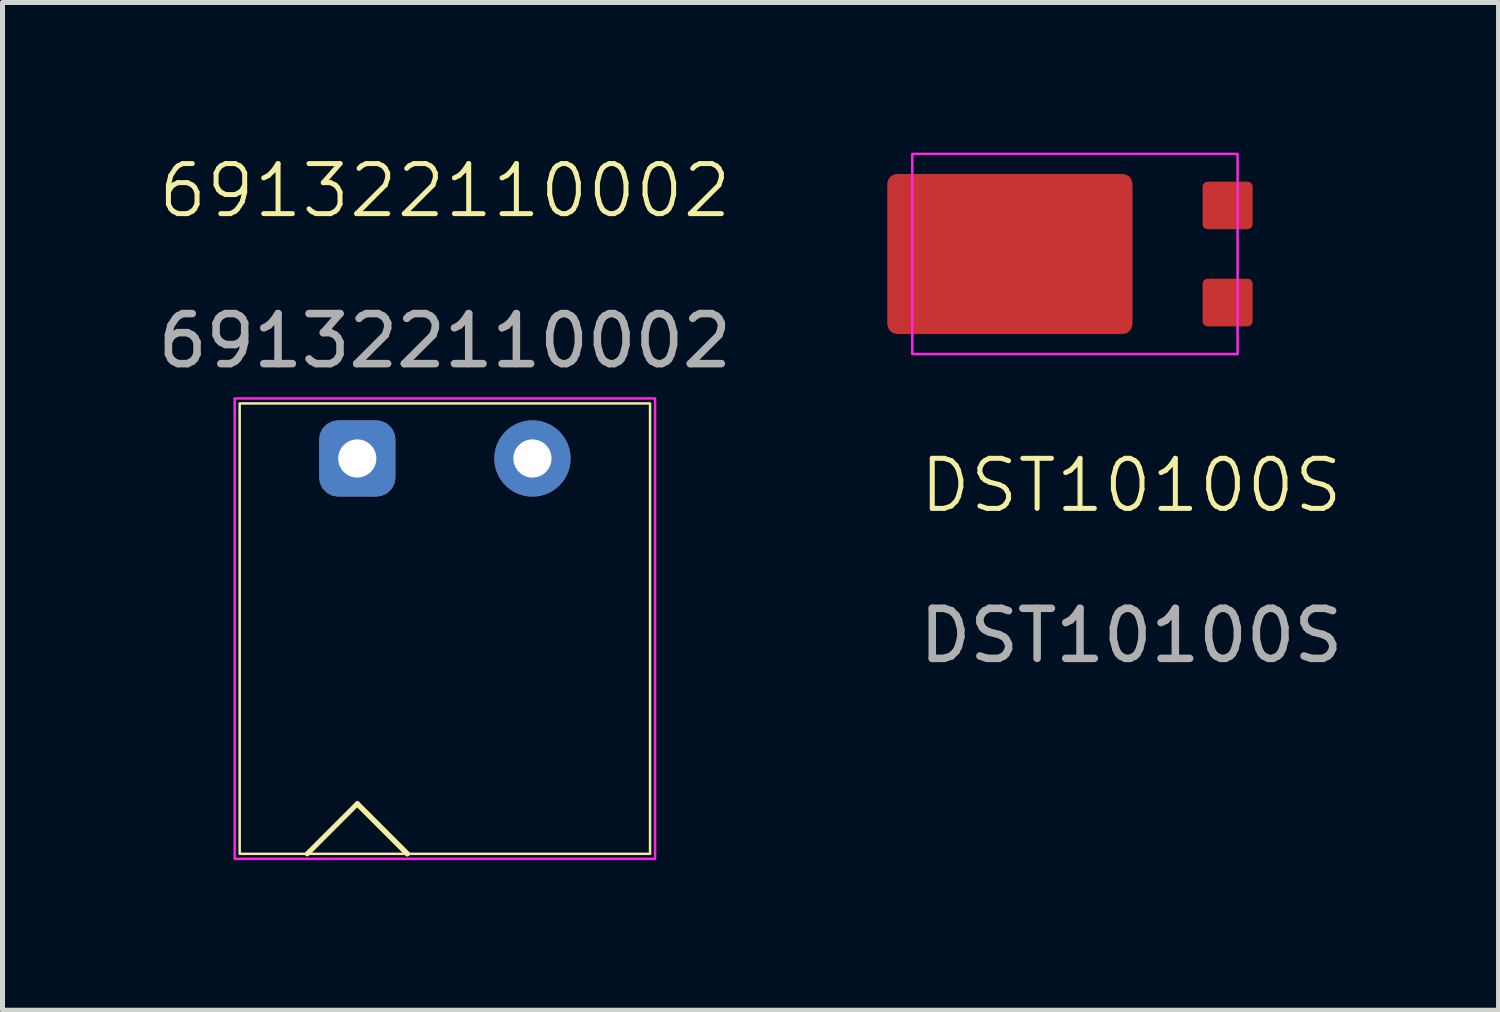
<source format=kicad_pcb>
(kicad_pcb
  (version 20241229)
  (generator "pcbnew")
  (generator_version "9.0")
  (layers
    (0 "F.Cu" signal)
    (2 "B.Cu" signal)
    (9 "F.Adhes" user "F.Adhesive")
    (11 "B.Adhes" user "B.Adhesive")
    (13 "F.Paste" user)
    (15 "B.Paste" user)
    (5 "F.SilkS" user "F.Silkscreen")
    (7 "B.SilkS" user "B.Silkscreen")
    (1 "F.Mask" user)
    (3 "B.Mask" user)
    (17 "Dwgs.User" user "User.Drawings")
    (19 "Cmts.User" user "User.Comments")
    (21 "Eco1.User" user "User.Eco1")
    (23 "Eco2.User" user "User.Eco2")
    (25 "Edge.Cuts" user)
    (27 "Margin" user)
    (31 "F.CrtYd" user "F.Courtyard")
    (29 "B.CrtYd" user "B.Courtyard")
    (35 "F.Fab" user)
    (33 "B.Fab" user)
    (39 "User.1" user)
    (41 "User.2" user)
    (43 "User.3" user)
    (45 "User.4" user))
  (footprint "DST10100S"
    (layer "F.Cu")
    (at 19.579 2.025)
    (property "Reference" "DST10100S" (at -0.025 4.625 0) (unlocked yes) (layer "F.SilkS") (effects (font (size 1 1) (thickness 0.1))))
    (attr smd)
    (fp_rect (start -4.4 -2) (end 2.1 2) (stroke (width 0.05) (type default)) (fill no) (layer "F.CrtYd"))
    (fp_text user "${REFERENCE}" (at -0.025 7.625 0) (unlocked yes) (layer "F.Fab") (effects (font (size 1 1) (thickness 0.15))))
    (pad "1" smd roundrect (at -2.45 0) (size 4.9 3.2) (layers "F.Cu" "F.Mask" "F.Paste") (roundrect_rratio 0.062))
    (pad "2" smd roundrect (at 1.9 -0.97) (size 1 0.95) (layers "F.Cu" "F.Mask" "F.Paste") (roundrect_rratio 0.105))
    (pad "2" smd roundrect (at 1.9 0.97) (size 1 0.95) (layers "F.Cu" "F.Mask" "F.Paste") (roundrect_rratio 0.105)))
  (footprint "691322110002"
    (layer "F.Cu")
    (at 5.839 6.111)
    (property "Reference" "691322110002" (at 0 -5.35 0) (unlocked yes) (layer "F.SilkS") (effects (font (size 1 1) (thickness 0.1))))
    (attr through_hole)
    (fp_line (start -1.75 6.9) (end -2.75 7.9) (stroke (width 0.1) (type default)) (layer "F.SilkS"))
    (fp_line (start -1.75 6.9) (end -0.75 7.9) (stroke (width 0.1) (type default)) (layer "F.SilkS"))
    (fp_line (start -0.75 7.9) (end -1.75 6.9) (stroke (width 0.1) (type default)) (layer "F.SilkS"))
    (fp_rect (start -4.1 -1.1) (end 4.1 7.9) (stroke (width 0.05) (type default)) (fill no) (layer "F.SilkS"))
    (fp_rect (start -4.2 -1.2) (end 4.2 8) (stroke (width 0.05) (type default)) (fill no) (layer "F.CrtYd"))
    (fp_text user "${REFERENCE}" (at 0 -2.35 0) (unlocked yes) (layer "F.Fab") (effects (font (size 1 1) (thickness 0.15))))
    (pad "1" thru_hole roundrect (at -1.75 0) (size 1.524 1.524) (drill 0.762) (layers "*.Cu" "*.Mask") (roundrect_rratio 0.25))
    (pad "2" thru_hole circle (at 1.75 0) (size 1.524 1.524) (drill 0.762) (layers "*.Cu" "*.Mask")))
  (gr_rect
    (start -3 -3)
    (end 26.893 17.136)
    (stroke (width 0.1) (type default))
    (fill no)
    (layer "Edge.Cuts")))
</source>
